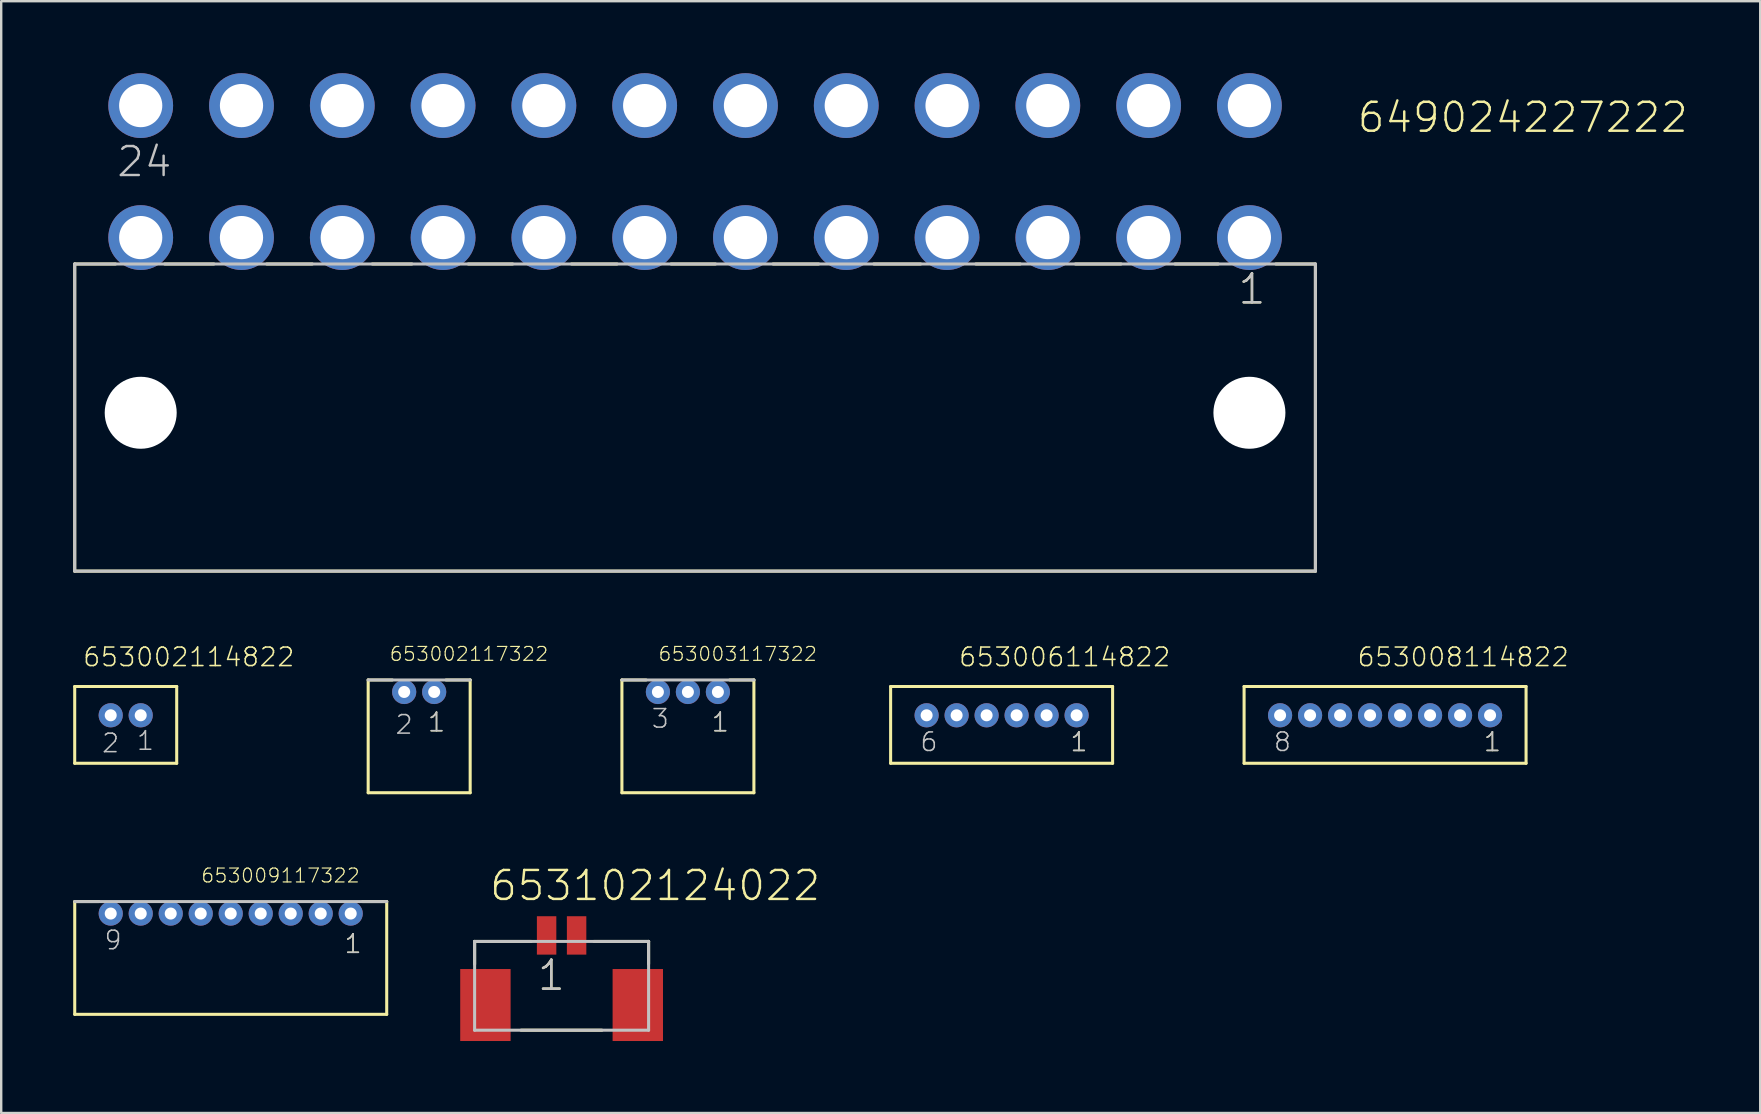
<source format=kicad_pcb>
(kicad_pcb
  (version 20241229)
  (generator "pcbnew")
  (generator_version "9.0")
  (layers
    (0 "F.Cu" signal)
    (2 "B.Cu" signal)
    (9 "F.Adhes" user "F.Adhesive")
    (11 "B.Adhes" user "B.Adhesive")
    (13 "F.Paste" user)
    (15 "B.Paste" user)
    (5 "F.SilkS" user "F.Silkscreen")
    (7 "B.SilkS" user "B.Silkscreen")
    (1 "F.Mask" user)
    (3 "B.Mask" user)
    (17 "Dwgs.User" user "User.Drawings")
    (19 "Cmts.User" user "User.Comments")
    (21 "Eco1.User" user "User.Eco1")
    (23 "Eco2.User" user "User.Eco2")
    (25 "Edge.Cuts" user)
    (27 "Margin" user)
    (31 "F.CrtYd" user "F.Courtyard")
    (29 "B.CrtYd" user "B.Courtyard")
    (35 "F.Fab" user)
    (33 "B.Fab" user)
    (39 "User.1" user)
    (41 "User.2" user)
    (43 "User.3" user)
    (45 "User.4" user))
  (footprint "649024227222"
    (layer "F.Cu")
    (at 25.913 14.15)
    (property "Reference" "649024227222" (at 27.532 -11.6 0) (layer "F.SilkS") (effects (font (size 1.206 1.206) (thickness 0.102)) (justify left bottom)))
    (attr through_hole)
    (fp_line (start -25.85 -6.2) (end -24.15 -6.2) (stroke (width 0.127) (type solid)) (layer "F.SilkS"))
    (fp_line (start -25.85 6.6) (end -25.85 -6.2) (stroke (width 0.127) (type solid)) (layer "F.SilkS"))
    (fp_line (start -22.1 -6.2) (end -20.05 -6.2) (stroke (width 0.127) (type solid)) (layer "F.SilkS"))
    (fp_line (start -17.85 -6.2) (end -15.95 -6.2) (stroke (width 0.127) (type solid)) (layer "F.SilkS"))
    (fp_line (start -13.45 -6.2) (end -11.8 -6.2) (stroke (width 0.127) (type solid)) (layer "F.SilkS"))
    (fp_line (start -9.45 -6.2) (end -7.6 -6.2) (stroke (width 0.127) (type solid)) (layer "F.SilkS"))
    (fp_line (start -5.15 -6.2) (end -3.25 -6.2) (stroke (width 0.127) (type solid)) (layer "F.SilkS"))
    (fp_line (start -1 -6.2) (end 0.85 -6.2) (stroke (width 0.127) (type solid)) (layer "F.SilkS"))
    (fp_line (start 3.25 -6.2) (end 5.15 -6.2) (stroke (width 0.127) (type solid)) (layer "F.SilkS"))
    (fp_line (start 7.45 -6.2) (end 9.4 -6.2) (stroke (width 0.127) (type solid)) (layer "F.SilkS"))
    (fp_line (start 11.7 -6.2) (end 13.55 -6.2) (stroke (width 0.127) (type solid)) (layer "F.SilkS"))
    (fp_line (start 15.85 -6.2) (end 17.75 -6.2) (stroke (width 0.127) (type solid)) (layer "F.SilkS"))
    (fp_line (start 20 -6.2) (end 21.8 -6.2) (stroke (width 0.127) (type solid)) (layer "F.SilkS"))
    (fp_line (start 24.2 -6.2) (end 25.8 -6.2) (stroke (width 0.127) (type solid)) (layer "F.SilkS"))
    (fp_line (start 25.85 -6.2) (end 25.85 6.6) (stroke (width 0.127) (type solid)) (layer "F.SilkS"))
    (fp_line (start 25.85 6.6) (end -25.85 6.6) (stroke (width 0.127) (type solid)) (layer "F.SilkS"))
    (fp_line (start -25.85 -6.2) (end 25.85 -6.2) (stroke (width 0.127) (type solid)) (layer "Dwgs.User"))
    (fp_line (start -25.85 6.6) (end -25.85 -6.2) (stroke (width 0.127) (type solid)) (layer "Dwgs.User"))
    (fp_line (start 25.85 -6.2) (end 25.85 6.6) (stroke (width 0.127) (type solid)) (layer "Dwgs.User"))
    (fp_line (start 25.85 6.6) (end -25.85 6.6) (stroke (width 0.127) (type solid)) (layer "Dwgs.User"))
    (fp_text user "1" (at 22.565 -4.45 0) (layer "F.SilkS") (effects (font (size 1.206 1.206) (thickness 0.102)) (justify left bottom)))
    (fp_text user "24" (at -24.165 -9.755 0) (layer "Dwgs.User") (effects (font (size 1.206 1.206) (thickness 0.102)) (justify left bottom)))
    (fp_text user "1" (at 22.565 -4.45 0) (layer "Dwgs.User") (effects (font (size 1.206 1.206) (thickness 0.102)) (justify left bottom)))
    (pad "" np_thru_hole circle (at -23.1 0) (size 3 3) (drill 3) (layers "*.Cu"))
    (pad "" np_thru_hole circle (at 23.1 0) (size 3 3) (drill 3) (layers "*.Cu"))
    (pad "1" thru_hole circle (at 23.1 -7.3) (size 2.7 2.7) (drill 1.8) (layers "*.Cu" "*.Mask"))
    (pad "2" thru_hole circle (at 18.9 -7.3) (size 2.7 2.7) (drill 1.8) (layers "*.Cu" "*.Mask"))
    (pad "3" thru_hole circle (at 14.7 -7.3) (size 2.7 2.7) (drill 1.8) (layers "*.Cu" "*.Mask"))
    (pad "4" thru_hole circle (at 10.5 -7.3) (size 2.7 2.7) (drill 1.8) (layers "*.Cu" "*.Mask"))
    (pad "5" thru_hole circle (at 6.3 -7.3) (size 2.7 2.7) (drill 1.8) (layers "*.Cu" "*.Mask"))
    (pad "6" thru_hole circle (at 2.1 -7.3) (size 2.7 2.7) (drill 1.8) (layers "*.Cu" "*.Mask"))
    (pad "7" thru_hole circle (at -2.1 -7.3) (size 2.7 2.7) (drill 1.8) (layers "*.Cu" "*.Mask"))
    (pad "8" thru_hole circle (at -6.3 -7.3) (size 2.7 2.7) (drill 1.8) (layers "*.Cu" "*.Mask"))
    (pad "9" thru_hole circle (at -10.5 -7.3) (size 2.7 2.7) (drill 1.8) (layers "*.Cu" "*.Mask"))
    (pad "10" thru_hole circle (at -14.7 -7.3) (size 2.7 2.7) (drill 1.8) (layers "*.Cu" "*.Mask"))
    (pad "11" thru_hole circle (at -18.9 -7.3) (size 2.7 2.7) (drill 1.8) (layers "*.Cu" "*.Mask"))
    (pad "12" thru_hole circle (at -23.1 -7.3) (size 2.7 2.7) (drill 1.8) (layers "*.Cu" "*.Mask"))
    (pad "13" thru_hole circle (at 23.1 -12.8) (size 2.7 2.7) (drill 1.8) (layers "*.Cu" "*.Mask"))
    (pad "14" thru_hole circle (at 18.9 -12.8) (size 2.7 2.7) (drill 1.8) (layers "*.Cu" "*.Mask"))
    (pad "15" thru_hole circle (at 14.7 -12.8) (size 2.7 2.7) (drill 1.8) (layers "*.Cu" "*.Mask"))
    (pad "16" thru_hole circle (at 10.5 -12.8) (size 2.7 2.7) (drill 1.8) (layers "*.Cu" "*.Mask"))
    (pad "17" thru_hole circle (at 6.3 -12.8) (size 2.7 2.7) (drill 1.8) (layers "*.Cu" "*.Mask"))
    (pad "18" thru_hole circle (at 2.1 -12.8) (size 2.7 2.7) (drill 1.8) (layers "*.Cu" "*.Mask"))
    (pad "19" thru_hole circle (at -2.1 -12.8) (size 2.7 2.7) (drill 1.8) (layers "*.Cu" "*.Mask"))
    (pad "20" thru_hole circle (at -6.3 -12.8) (size 2.7 2.7) (drill 1.8) (layers "*.Cu" "*.Mask"))
    (pad "21" thru_hole circle (at -10.5 -12.8) (size 2.7 2.7) (drill 1.8) (layers "*.Cu" "*.Mask"))
    (pad "22" thru_hole circle (at -14.7 -12.8) (size 2.7 2.7) (drill 1.8) (layers "*.Cu" "*.Mask"))
    (pad "23" thru_hole circle (at -18.9 -12.8) (size 2.7 2.7) (drill 1.8) (layers "*.Cu" "*.Mask"))
    (pad "24" thru_hole circle (at -23.1 -12.8) (size 2.7 2.7) (drill 1.8) (layers "*.Cu" "*.Mask")))
  (footprint "653003117322"
    (layer "F.Cu")
    (at 25.615 25.784)
    (property "Reference" "653003117322" (at -1.265 -1.245 0) (layer "F.SilkS") (effects (font (size 0.579 0.579) (thickness 0.049)) (justify left bottom)))
    (attr through_hole)
    (fp_line (start -2.75 4.2) (end -2.75 -0.5) (stroke (width 0.127) (type solid)) (layer "F.SilkS"))
    (fp_line (start -1.745 -0.5) (end -2.75 -0.5) (stroke (width 0.127) (type solid)) (layer "F.SilkS"))
    (fp_line (start 1.745 -0.5) (end 2.75 -0.5) (stroke (width 0.127) (type solid)) (layer "F.SilkS"))
    (fp_line (start 2.75 -0.5) (end 2.75 4.2) (stroke (width 0.127) (type solid)) (layer "F.SilkS"))
    (fp_line (start 2.75 4.2) (end -2.75 4.2) (stroke (width 0.127) (type solid)) (layer "F.SilkS"))
    (fp_line (start -2.75 -0.5) (end 2.75 -0.5) (stroke (width 0.127) (type solid)) (layer "Dwgs.User"))
    (fp_text user "1" (at 0.938 1.712 0) (layer "F.SilkS") (effects (font (size 0.772 0.772) (thickness 0.065)) (justify left bottom)))
    (fp_text user "1" (at 0.938 1.712 0) (layer "Dwgs.User") (effects (font (size 0.772 0.772) (thickness 0.065)) (justify left bottom)))
    (fp_text user "3" (at -1.562 1.562 0) (layer "Dwgs.User") (effects (font (size 0.772 0.772) (thickness 0.065)) (justify left bottom)))
    (pad "1" thru_hole circle (at 1.25 0) (size 1.008 1.008) (drill 0.5) (layers "*.Cu" "*.Mask"))
    (pad "2" thru_hole circle (at 0 0) (size 1.008 1.008) (drill 0.5) (layers "*.Cu" "*.Mask"))
    (pad "3" thru_hole circle (at -1.25 0) (size 1.008 1.008) (drill 0.5) (layers "*.Cu" "*.Mask")))
  (footprint "653102124022"
    (layer "F.Cu")
    (at 20.352 35.929)
    (property "Reference" "653102124022" (at -3.06 -1.37 0) (layer "F.SilkS") (effects (font (size 1.206 1.206) (thickness 0.102)) (justify left bottom)))
    (attr through_hole)
    (fp_line (start -3.625 0.25) (end -3.625 1.2) (stroke (width 0.127) (type solid)) (layer "F.SilkS"))
    (fp_line (start -1.69 3.95) (end 1.68 3.95) (stroke (width 0.127) (type solid)) (layer "F.SilkS"))
    (fp_line (start -1.27 0.25) (end -3.625 0.25) (stroke (width 0.127) (type solid)) (layer "F.SilkS"))
    (fp_line (start 1.35 0.25) (end 3.625 0.25) (stroke (width 0.127) (type solid)) (layer "F.SilkS"))
    (fp_line (start 3.625 0.25) (end 3.625 1.19) (stroke (width 0.127) (type solid)) (layer "F.SilkS"))
    (fp_line (start -3.625 0.25) (end 3.625 0.25) (stroke (width 0.127) (type solid)) (layer "Dwgs.User"))
    (fp_line (start -3.625 3.95) (end -3.625 0.25) (stroke (width 0.127) (type solid)) (layer "Dwgs.User"))
    (fp_line (start 3.625 0.25) (end 3.625 3.95) (stroke (width 0.127) (type solid)) (layer "Dwgs.User"))
    (fp_line (start 3.625 3.95) (end -3.625 3.95) (stroke (width 0.127) (type solid)) (layer "Dwgs.User"))
    (fp_text user "1" (at -1.07 2.37 0) (layer "F.SilkS") (effects (font (size 1.206 1.206) (thickness 0.102)) (justify left bottom)))
    (fp_text user "1" (at -1.07 2.37 0) (layer "Dwgs.User") (effects (font (size 1.206 1.206) (thickness 0.102)) (justify left bottom)))
    (pad "1" smd rect (at -0.625 0) (size 0.81 1.6) (layers "F.Cu" "F.Mask" "F.Paste"))
    (pad "2" smd rect (at 0.625 0) (size 0.81 1.6) (layers "F.Cu" "F.Mask" "F.Paste"))
    (pad "Z1" smd rect (at -3.175 2.9) (size 2.1 3) (layers "F.Cu" "F.Mask" "F.Paste"))
    (pad "Z2" smd rect (at 3.175 2.9) (size 2.1 3) (layers "F.Cu" "F.Mask" "F.Paste")))
  (footprint "653002114822"
    (layer "F.Cu")
    (at 2.188 26.756)
    (property "Reference" "653002114822" (at -1.825 -1.975 0) (layer "F.SilkS") (effects (font (size 0.772 0.772) (thickness 0.065)) (justify left bottom)))
    (attr through_hole)
    (fp_line (start -2.125 -1.2) (end 2.125 -1.2) (stroke (width 0.127) (type solid)) (layer "F.SilkS"))
    (fp_line (start -2.125 2) (end -2.125 -1.2) (stroke (width 0.127) (type solid)) (layer "F.SilkS"))
    (fp_line (start 2.125 -1.2) (end 2.125 2) (stroke (width 0.127) (type solid)) (layer "F.SilkS"))
    (fp_line (start 2.125 2) (end -2.125 2) (stroke (width 0.127) (type solid)) (layer "F.SilkS"))
    (fp_text user "1" (at 0.412 1.512 0) (layer "Dwgs.User") (effects (font (size 0.772 0.772) (thickness 0.065)) (justify left bottom)))
    (fp_text user "2" (at -1.038 1.613 0) (layer "Dwgs.User") (effects (font (size 0.772 0.772) (thickness 0.065)) (justify left bottom)))
    (pad "1" thru_hole circle (at 0.625 0) (size 1.008 1.008) (drill 0.5) (layers "*.Cu" "*.Mask"))
    (pad "2" thru_hole circle (at -0.625 0) (size 1.008 1.008) (drill 0.5) (layers "*.Cu" "*.Mask")))
  (footprint "653009117322"
    (layer "F.Cu")
    (at 6.564 35.018)
    (property "Reference" "653009117322" (at -1.265 -1.245 0) (layer "F.SilkS") (effects (font (size 0.579 0.579) (thickness 0.049)) (justify left bottom)))
    (attr through_hole)
    (fp_line (start -6.5 4.2) (end -6.5 -0.5) (stroke (width 0.127) (type solid)) (layer "F.SilkS"))
    (fp_line (start -5.495 -0.5) (end -6.5 -0.5) (stroke (width 0.127) (type solid)) (layer "F.SilkS"))
    (fp_line (start 5.495 -0.5) (end 6.5 -0.5) (stroke (width 0.127) (type solid)) (layer "F.SilkS"))
    (fp_line (start 6.5 -0.5) (end 6.5 4.2) (stroke (width 0.127) (type solid)) (layer "F.SilkS"))
    (fp_line (start 6.5 4.2) (end -6.5 4.2) (stroke (width 0.127) (type solid)) (layer "F.SilkS"))
    (fp_line (start -6.5 -0.5) (end 6.5 -0.5) (stroke (width 0.127) (type solid)) (layer "Dwgs.User"))
    (fp_text user "1" (at 4.688 1.712 0) (layer "F.SilkS") (effects (font (size 0.772 0.772) (thickness 0.065)) (justify left bottom)))
    (fp_text user "1" (at 4.688 1.712 0) (layer "Dwgs.User") (effects (font (size 0.772 0.772) (thickness 0.065)) (justify left bottom)))
    (fp_text user "9" (at -5.312 1.562 0) (layer "Dwgs.User") (effects (font (size 0.772 0.772) (thickness 0.065)) (justify left bottom)))
    (pad "1" thru_hole circle (at 5 0) (size 1.008 1.008) (drill 0.5) (layers "*.Cu" "*.Mask"))
    (pad "2" thru_hole circle (at 3.75 0) (size 1.008 1.008) (drill 0.5) (layers "*.Cu" "*.Mask"))
    (pad "3" thru_hole circle (at 2.5 0) (size 1.008 1.008) (drill 0.5) (layers "*.Cu" "*.Mask"))
    (pad "4" thru_hole circle (at 1.25 0) (size 1.008 1.008) (drill 0.5) (layers "*.Cu" "*.Mask"))
    (pad "5" thru_hole circle (at 0 0) (size 1.008 1.008) (drill 0.5) (layers "*.Cu" "*.Mask"))
    (pad "6" thru_hole circle (at -1.25 0) (size 1.008 1.008) (drill 0.5) (layers "*.Cu" "*.Mask"))
    (pad "7" thru_hole circle (at -2.5 0) (size 1.008 1.008) (drill 0.5) (layers "*.Cu" "*.Mask"))
    (pad "8" thru_hole circle (at -3.75 0) (size 1.008 1.008) (drill 0.5) (layers "*.Cu" "*.Mask"))
    (pad "9" thru_hole circle (at -5 0) (size 1.008 1.008) (drill 0.5) (layers "*.Cu" "*.Mask")))
  (footprint "653008114822"
    (layer "F.Cu")
    (at 54.666 26.756)
    (property "Reference" "653008114822" (at -1.2 -1.975 0) (layer "F.SilkS") (effects (font (size 0.772 0.772) (thickness 0.065)) (justify left bottom)))
    (attr through_hole)
    (fp_line (start -5.875 -1.2) (end 5.875 -1.2) (stroke (width 0.127) (type solid)) (layer "F.SilkS"))
    (fp_line (start -5.875 2) (end -5.875 -1.2) (stroke (width 0.127) (type solid)) (layer "F.SilkS"))
    (fp_line (start 5.875 -1.2) (end 5.875 2) (stroke (width 0.127) (type solid)) (layer "F.SilkS"))
    (fp_line (start 5.875 2) (end -5.875 2) (stroke (width 0.127) (type solid)) (layer "F.SilkS"))
    (fp_text user "1" (at 4.062 1.562 0) (layer "F.SilkS") (effects (font (size 0.772 0.772) (thickness 0.065)) (justify left bottom)))
    (fp_text user "8" (at -4.688 1.562 0) (layer "Dwgs.User") (effects (font (size 0.772 0.772) (thickness 0.065)) (justify left bottom)))
    (fp_text user "1" (at 4.062 1.562 0) (layer "Dwgs.User") (effects (font (size 0.772 0.772) (thickness 0.065)) (justify left bottom)))
    (pad "1" thru_hole circle (at 4.375 0) (size 1.008 1.008) (drill 0.5) (layers "*.Cu" "*.Mask"))
    (pad "2" thru_hole circle (at 3.125 0) (size 1.008 1.008) (drill 0.5) (layers "*.Cu" "*.Mask"))
    (pad "3" thru_hole circle (at 1.875 0) (size 1.008 1.008) (drill 0.5) (layers "*.Cu" "*.Mask"))
    (pad "4" thru_hole circle (at 0.625 0) (size 1.008 1.008) (drill 0.5) (layers "*.Cu" "*.Mask"))
    (pad "5" thru_hole circle (at -0.625 0) (size 1.008 1.008) (drill 0.5) (layers "*.Cu" "*.Mask"))
    (pad "6" thru_hole circle (at -1.875 0) (size 1.008 1.008) (drill 0.5) (layers "*.Cu" "*.Mask"))
    (pad "7" thru_hole circle (at -3.125 0) (size 1.008 1.008) (drill 0.5) (layers "*.Cu" "*.Mask"))
    (pad "8" thru_hole circle (at -4.375 0) (size 1.008 1.008) (drill 0.5) (layers "*.Cu" "*.Mask")))
  (footprint "653006114822"
    (layer "F.Cu")
    (at 38.687 26.756)
    (property "Reference" "653006114822" (at -1.825 -1.975 0) (layer "F.SilkS") (effects (font (size 0.772 0.772) (thickness 0.065)) (justify left bottom)))
    (attr through_hole)
    (fp_line (start -4.625 -1.2) (end 4.625 -1.2) (stroke (width 0.127) (type solid)) (layer "F.SilkS"))
    (fp_line (start -4.625 2) (end -4.625 -1.2) (stroke (width 0.127) (type solid)) (layer "F.SilkS"))
    (fp_line (start 4.625 -1.2) (end 4.625 2) (stroke (width 0.127) (type solid)) (layer "F.SilkS"))
    (fp_line (start 4.625 2) (end -4.625 2) (stroke (width 0.127) (type solid)) (layer "F.SilkS"))
    (fp_text user "1" (at 2.812 1.562 0) (layer "F.SilkS") (effects (font (size 0.772 0.772) (thickness 0.065)) (justify left bottom)))
    (fp_text user "1" (at 2.812 1.562 0) (layer "Dwgs.User") (effects (font (size 0.772 0.772) (thickness 0.065)) (justify left bottom)))
    (fp_text user "6" (at -3.438 1.562 0) (layer "Dwgs.User") (effects (font (size 0.772 0.772) (thickness 0.065)) (justify left bottom)))
    (pad "1" thru_hole circle (at 3.125 0) (size 1.008 1.008) (drill 0.5) (layers "*.Cu" "*.Mask"))
    (pad "2" thru_hole circle (at 1.875 0) (size 1.008 1.008) (drill 0.5) (layers "*.Cu" "*.Mask"))
    (pad "3" thru_hole circle (at 0.625 0) (size 1.008 1.008) (drill 0.5) (layers "*.Cu" "*.Mask"))
    (pad "4" thru_hole circle (at -0.625 0) (size 1.008 1.008) (drill 0.5) (layers "*.Cu" "*.Mask"))
    (pad "5" thru_hole circle (at -1.875 0) (size 1.008 1.008) (drill 0.5) (layers "*.Cu" "*.Mask"))
    (pad "6" thru_hole circle (at -3.125 0) (size 1.008 1.008) (drill 0.5) (layers "*.Cu" "*.Mask")))
  (footprint "653002117322"
    (layer "F.Cu")
    (at 14.417 25.784)
    (property "Reference" "653002117322" (at -1.265 -1.245 0) (layer "F.SilkS") (effects (font (size 0.579 0.579) (thickness 0.049)) (justify left bottom)))
    (attr through_hole)
    (fp_line (start -2.125 4.2) (end -2.125 -0.5) (stroke (width 0.127) (type solid)) (layer "F.SilkS"))
    (fp_line (start -1.12 -0.5) (end -2.125 -0.5) (stroke (width 0.127) (type solid)) (layer "F.SilkS"))
    (fp_line (start 1.12 -0.5) (end 2.125 -0.5) (stroke (width 0.127) (type solid)) (layer "F.SilkS"))
    (fp_line (start 2.125 -0.5) (end 2.125 4.2) (stroke (width 0.127) (type solid)) (layer "F.SilkS"))
    (fp_line (start 2.125 4.2) (end -2.125 4.2) (stroke (width 0.127) (type solid)) (layer "F.SilkS"))
    (fp_line (start -2.125 -0.5) (end 2.125 -0.5) (stroke (width 0.127) (type solid)) (layer "Dwgs.User"))
    (fp_text user "1" (at 0.312 1.712 0) (layer "F.SilkS") (effects (font (size 0.772 0.772) (thickness 0.065)) (justify left bottom)))
    (fp_text user "1" (at 0.312 1.712 0) (layer "Dwgs.User") (effects (font (size 0.772 0.772) (thickness 0.065)) (justify left bottom)))
    (fp_text user "2" (at -1.038 1.812 0) (layer "Dwgs.User") (effects (font (size 0.772 0.772) (thickness 0.065)) (justify left bottom)))
    (pad "1" thru_hole circle (at 0.625 0) (size 1.008 1.008) (drill 0.5) (layers "*.Cu" "*.Mask"))
    (pad "2" thru_hole circle (at -0.625 0) (size 1.008 1.008) (drill 0.5) (layers "*.Cu" "*.Mask")))
  (gr_rect
    (start -3 -3)
    (end 70.298 43.329)
    (stroke (width 0.1) (type default))
    (fill no)
    (layer "Edge.Cuts")))
</source>
